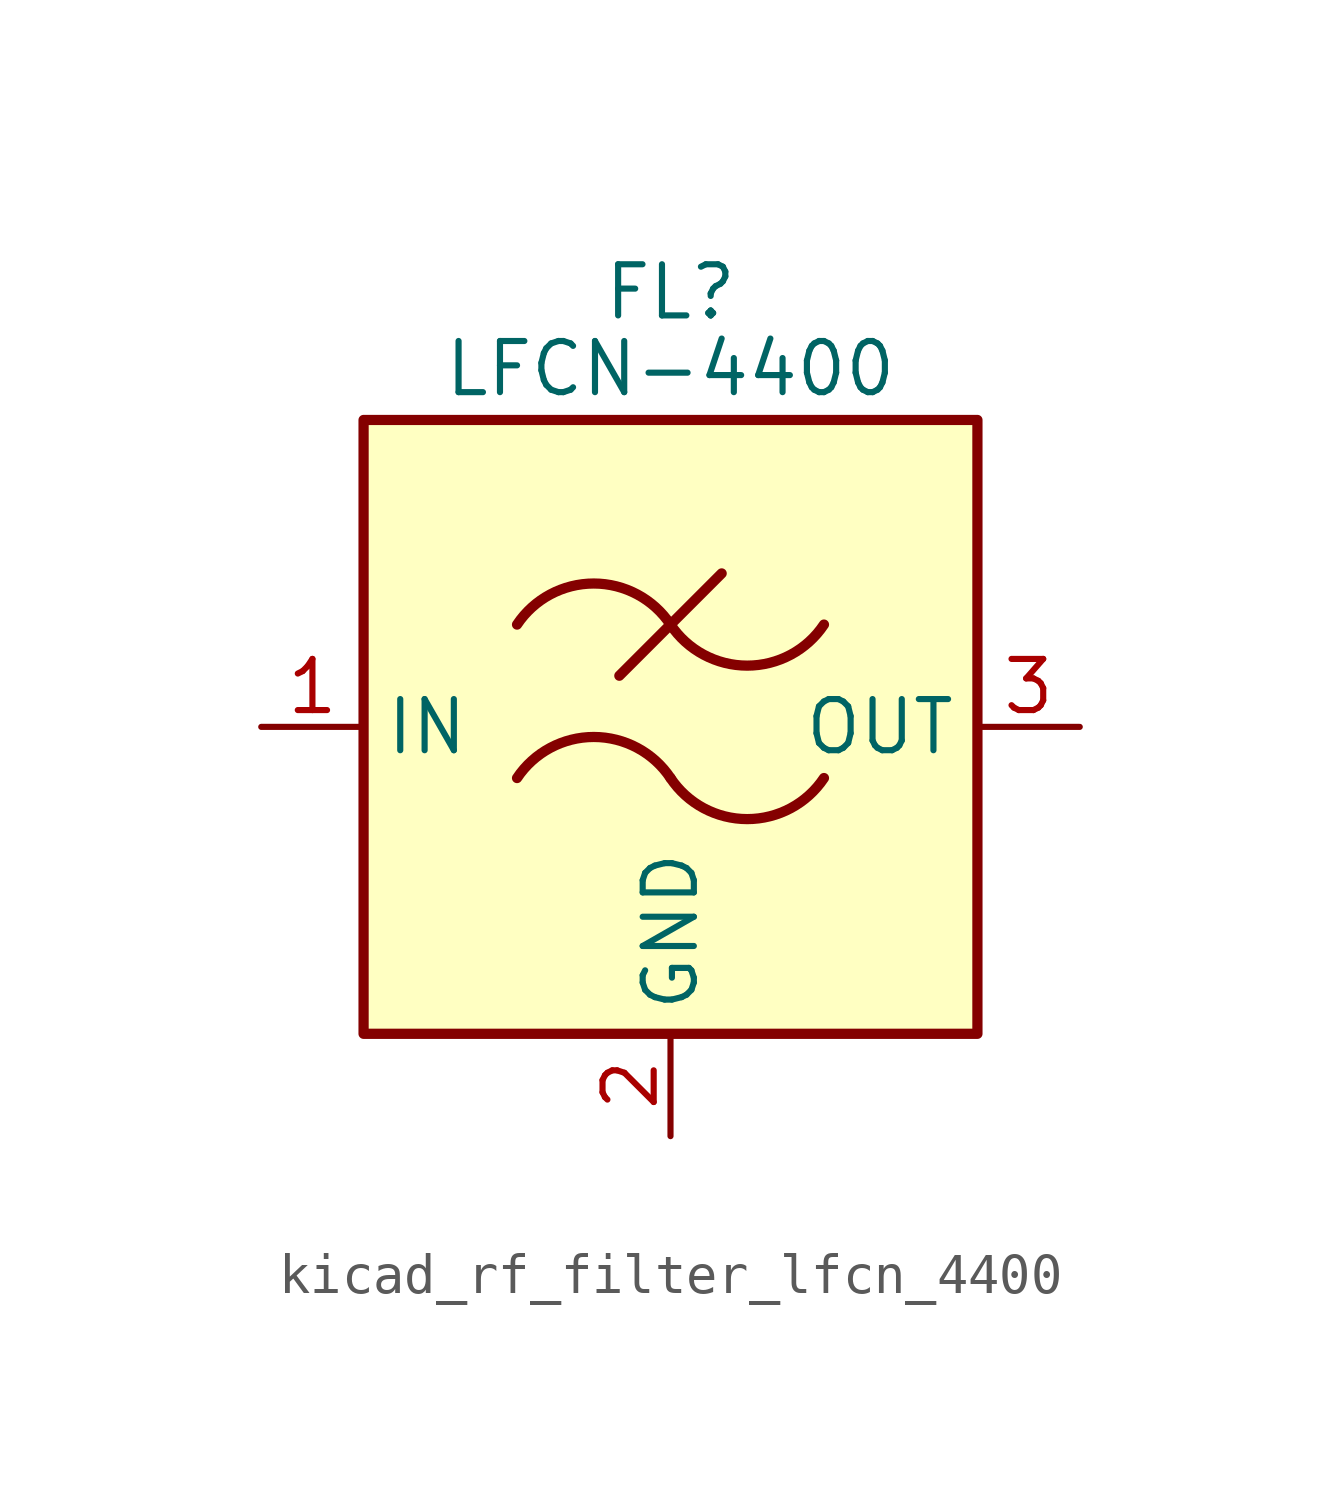
<source format=kicad_sym>
(kicad_symbol_lib
  (version 20220914)
  (generator kicad_symbol_editor)
  (symbol "kicad_rf_filter_lfcn_4400"
    (property "Reference" "FL"
      (at 0 10.795 0)
      (effects (font (size 1.27 1.27))))
    (property "Value" "LFCN-4400"
      (at 0 8.89 0)
      (effects (font (size 1.27 1.27))))
    (symbol "kicad_rf_filter_lfcn_4400_0_1"
      (rectangle (start -7.62 7.62) (end 7.62 -7.62) (stroke (width 0.254) (type default)) (fill (type background)))
      (arc (start 0 -1.27) (mid -1.905 -0.2505) (end -3.81 -1.27) (stroke (width 0.254) (type default)) (fill (type none)))
      (arc (start 0 -1.27) (mid 1.905 -2.2895) (end 3.81 -1.27) (stroke (width 0.254) (type default)) (fill (type none)))
      (polyline (pts (xy -1.27 1.27) (xy 1.27 3.81)) (stroke (width 0.254) (type default)) (fill (type none)))
      (arc (start 0 2.54) (mid -1.905 3.5595) (end -3.81 2.54) (stroke (width 0.254) (type default)) (fill (type none)))
      (arc (start 0 2.54) (mid 1.905 1.5205) (end 3.81 2.54) (stroke (width 0.254) (type default)) (fill (type none))))
    (symbol "kicad_rf_filter_lfcn_4400_1_1"
      (pin passive line (at -10.16 0 0) (length 2.54) (name "IN" (effects (font (size 1.27 1.27)))) (number "1" (effects (font (size 1.27 1.27)))))
      (pin passive line (at 0 -10.16 90) (length 2.54) (name "GND" (effects (font (size 1.27 1.27)))) (number "2" (effects (font (size 1.27 1.27)))))
      (pin passive line (at 10.16 0 180) (length 2.54) (name "OUT" (effects (font (size 1.27 1.27)))) (number "3" (effects (font (size 1.27 1.27)))))
      (pin passive line (at 0 -10.16 90) (length 2.54) hide (name "GND" (effects (font (size 1.27 1.27)))) (number "4" (effects (font (size 1.27 1.27))))))))
</source>
